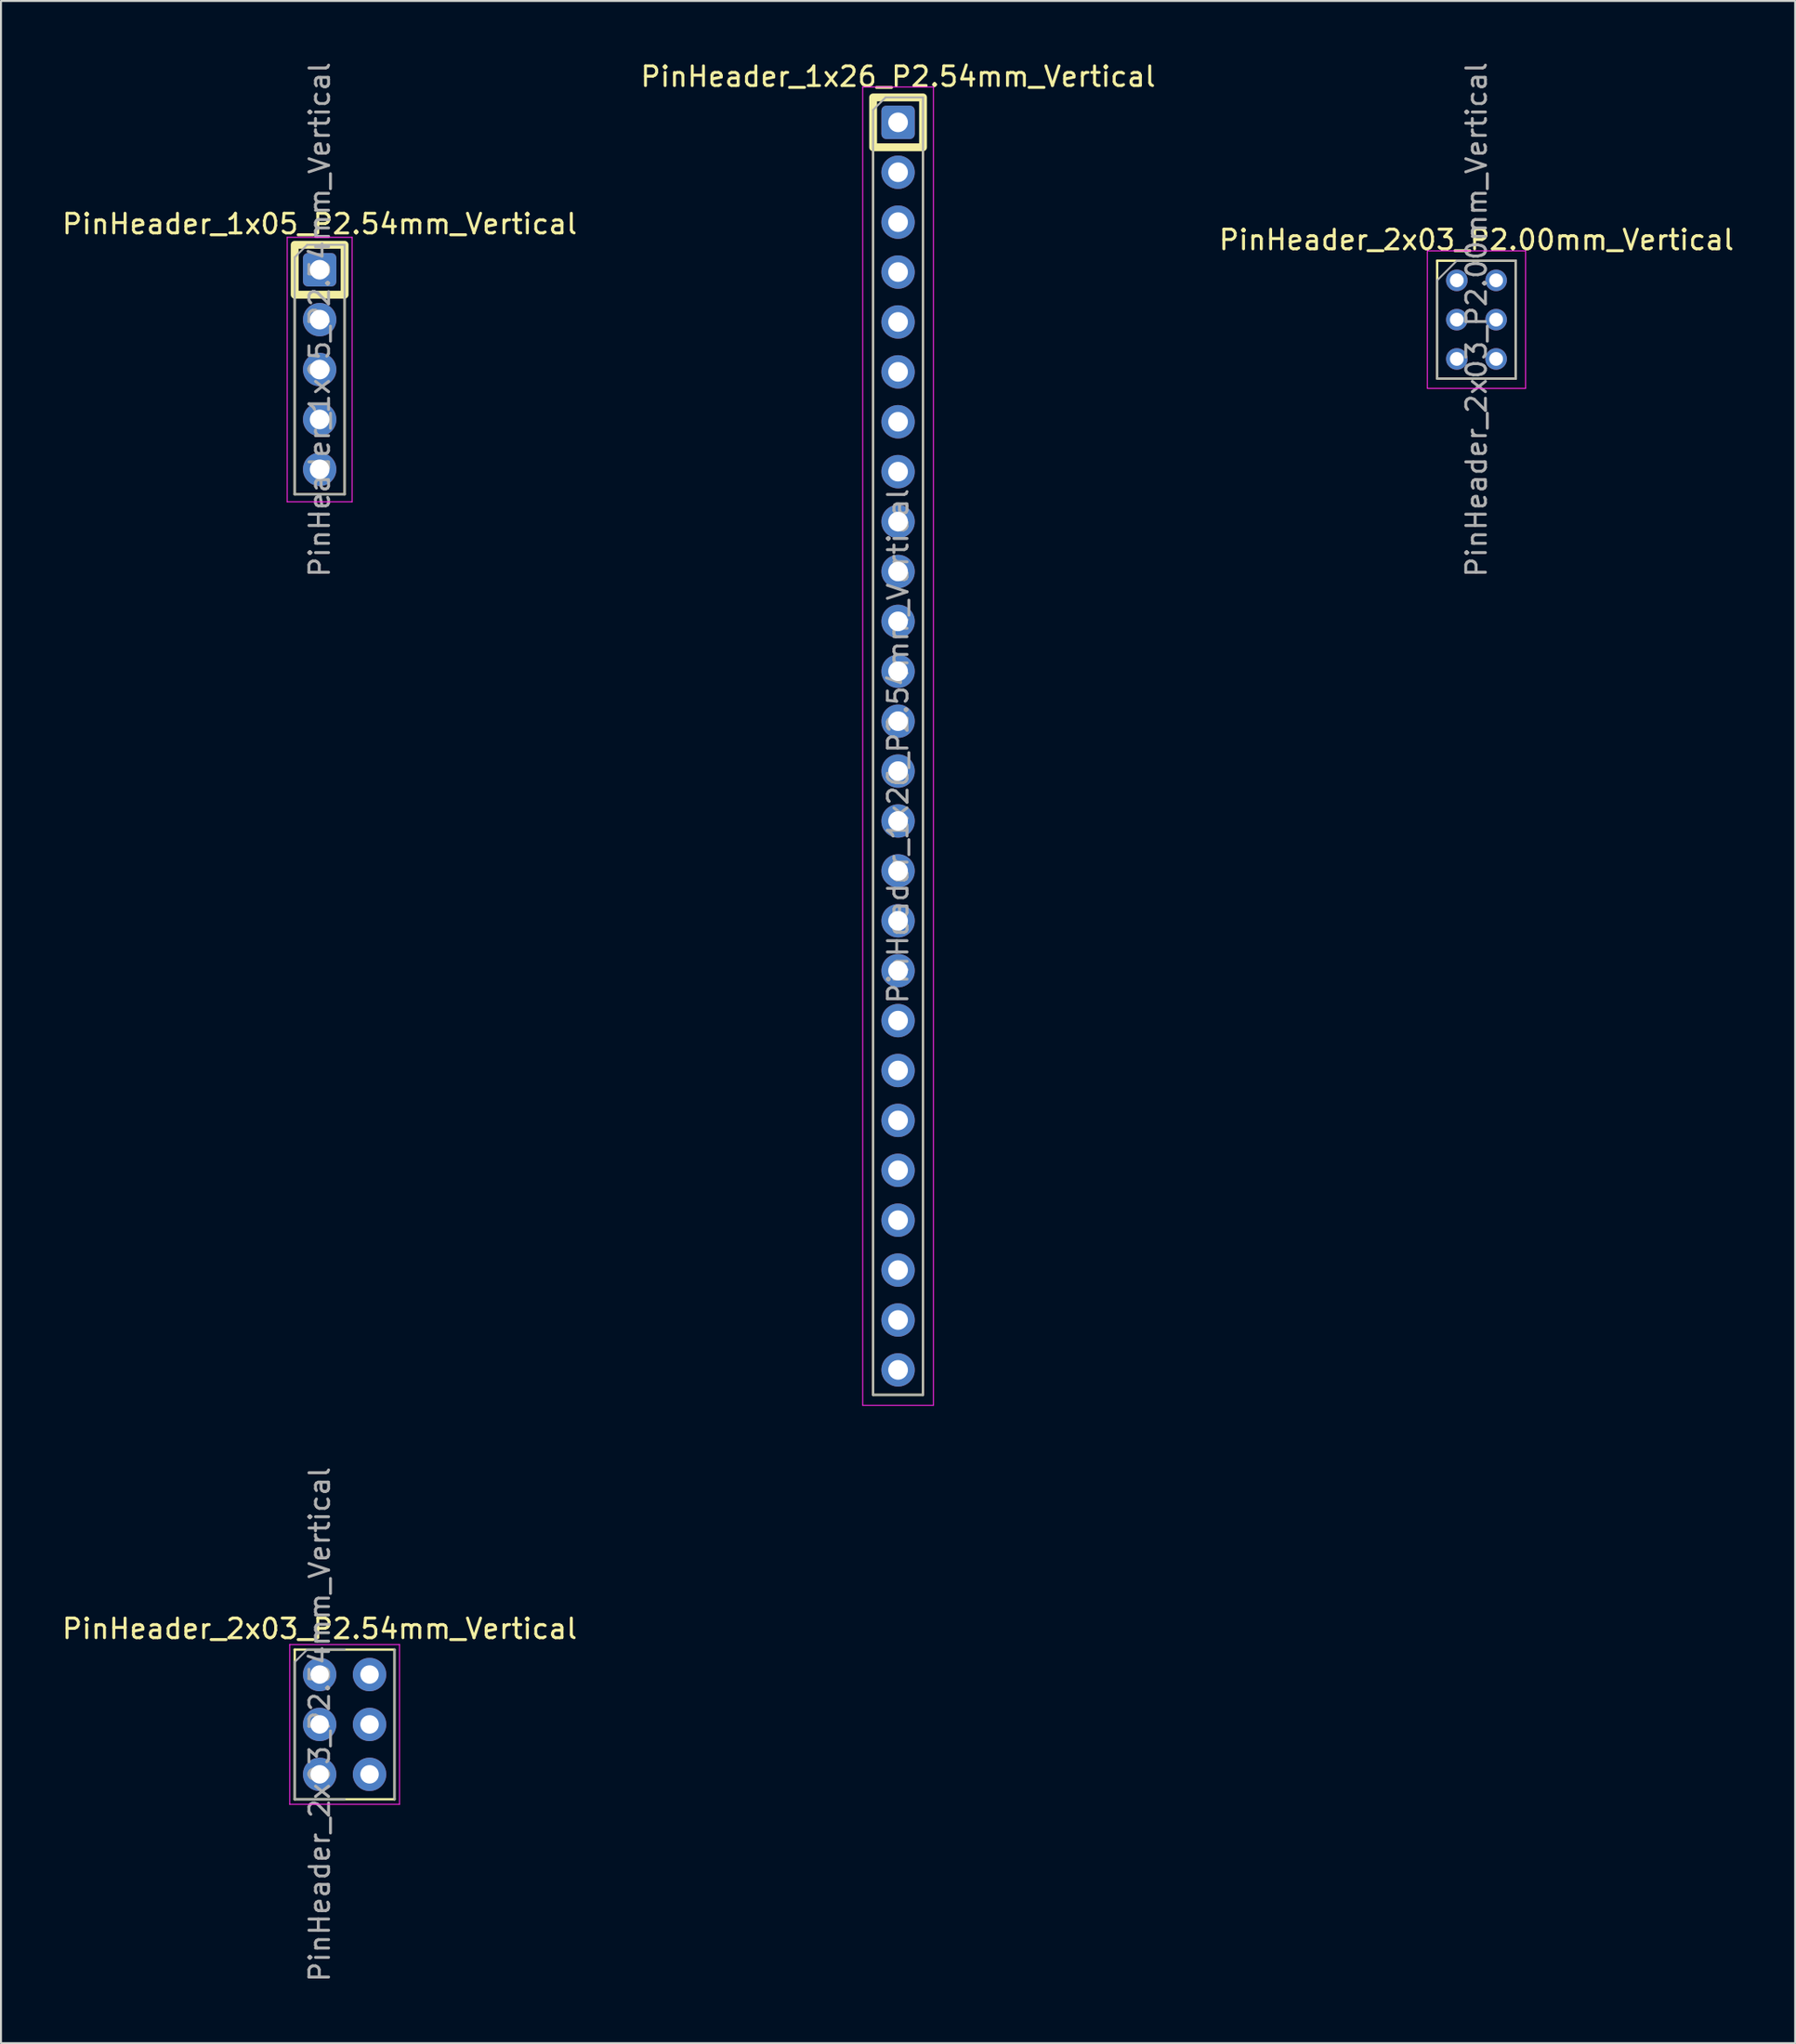
<source format=kicad_pcb>
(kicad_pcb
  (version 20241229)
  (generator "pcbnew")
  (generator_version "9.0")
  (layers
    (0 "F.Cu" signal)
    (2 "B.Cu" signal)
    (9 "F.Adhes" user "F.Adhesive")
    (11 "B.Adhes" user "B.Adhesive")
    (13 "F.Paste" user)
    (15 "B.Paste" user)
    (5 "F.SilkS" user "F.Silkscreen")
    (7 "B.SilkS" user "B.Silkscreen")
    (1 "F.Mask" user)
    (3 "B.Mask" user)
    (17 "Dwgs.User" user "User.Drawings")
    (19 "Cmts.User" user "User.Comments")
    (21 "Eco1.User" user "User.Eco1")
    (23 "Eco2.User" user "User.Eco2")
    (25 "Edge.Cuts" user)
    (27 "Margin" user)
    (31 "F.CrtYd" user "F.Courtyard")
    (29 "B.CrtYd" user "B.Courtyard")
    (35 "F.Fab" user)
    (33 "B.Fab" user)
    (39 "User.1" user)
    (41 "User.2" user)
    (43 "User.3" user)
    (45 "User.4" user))
  (footprint "PinHeader_1x26_P2.54mm_Vertical"
    (layer "F.Cu")
    (at 42.661 3.178)
    (property "Reference" "PinHeader_1x26_P2.54mm_Vertical" (at 0 -2.33 0) (layer "F.SilkS") (effects (font (size 1 1) (thickness 0.15))))
    (attr through_hole)
    (fp_line (start -1.27 -1.27) (end -1.27 64.77) (stroke (width 0.12) (type solid)) (layer "F.SilkS"))
    (fp_line (start -1.27 -1.27) (end 1.27 -1.27) (stroke (width 0.12) (type solid)) (layer "F.SilkS"))
    (fp_line (start -1.27 64.77) (end 1.27 64.77) (stroke (width 0.12) (type solid)) (layer "F.SilkS"))
    (fp_line (start 1.27 -1.27) (end 1.27 64.77) (stroke (width 0.12) (type solid)) (layer "F.SilkS"))
    (fp_rect (start -1.27 -1.27) (end 1.27 1.27) (stroke (width 0.4) (type default)) (fill no) (layer "F.SilkS"))
    (fp_line (start -1.8 -1.8) (end -1.8 65.3) (stroke (width 0.05) (type solid)) (layer "F.CrtYd"))
    (fp_line (start -1.8 65.3) (end 1.8 65.3) (stroke (width 0.05) (type solid)) (layer "F.CrtYd"))
    (fp_line (start 1.8 -1.8) (end -1.8 -1.8) (stroke (width 0.05) (type solid)) (layer "F.CrtYd"))
    (fp_line (start 1.8 65.3) (end 1.8 -1.8) (stroke (width 0.05) (type solid)) (layer "F.CrtYd"))
    (fp_line (start -1.27 -0.635) (end -0.635 -1.27) (stroke (width 0.1) (type solid)) (layer "F.Fab"))
    (fp_line (start -1.27 64.77) (end -1.27 -0.635) (stroke (width 0.1) (type solid)) (layer "F.Fab"))
    (fp_line (start -0.635 -1.27) (end 1.27 -1.27) (stroke (width 0.1) (type solid)) (layer "F.Fab"))
    (fp_line (start 1.27 -1.27) (end 1.27 64.77) (stroke (width 0.1) (type solid)) (layer "F.Fab"))
    (fp_line (start 1.27 64.77) (end -1.27 64.77) (stroke (width 0.1) (type solid)) (layer "F.Fab"))
    (fp_text user "${REFERENCE}" (at 0 31.75 90) (layer "F.Fab") (effects (font (size 1 1) (thickness 0.15))))
    (pad "1" thru_hole roundrect (at 0 0) (size 1.7 1.7) (drill 1) (layers "*.Cu" "*.Mask") (roundrect_rratio 0.147))
    (pad "2" thru_hole oval (at 0 2.54) (size 1.7 1.7) (drill 1) (layers "*.Cu" "*.Mask"))
    (pad "3" thru_hole oval (at 0 5.08) (size 1.7 1.7) (drill 1) (layers "*.Cu" "*.Mask"))
    (pad "4" thru_hole oval (at 0 7.62) (size 1.7 1.7) (drill 1) (layers "*.Cu" "*.Mask"))
    (pad "5" thru_hole oval (at 0 10.16) (size 1.7 1.7) (drill 1) (layers "*.Cu" "*.Mask"))
    (pad "6" thru_hole oval (at 0 12.7) (size 1.7 1.7) (drill 1) (layers "*.Cu" "*.Mask"))
    (pad "7" thru_hole oval (at 0 15.24) (size 1.7 1.7) (drill 1) (layers "*.Cu" "*.Mask"))
    (pad "8" thru_hole oval (at 0 17.78) (size 1.7 1.7) (drill 1) (layers "*.Cu" "*.Mask"))
    (pad "9" thru_hole oval (at 0 20.32) (size 1.7 1.7) (drill 1) (layers "*.Cu" "*.Mask"))
    (pad "10" thru_hole oval (at 0 22.86) (size 1.7 1.7) (drill 1) (layers "*.Cu" "*.Mask"))
    (pad "11" thru_hole oval (at 0 25.4) (size 1.7 1.7) (drill 1) (layers "*.Cu" "*.Mask"))
    (pad "12" thru_hole oval (at 0 27.94) (size 1.7 1.7) (drill 1) (layers "*.Cu" "*.Mask"))
    (pad "13" thru_hole oval (at 0 30.48) (size 1.7 1.7) (drill 1) (layers "*.Cu" "*.Mask"))
    (pad "14" thru_hole oval (at 0 33.02) (size 1.7 1.7) (drill 1) (layers "*.Cu" "*.Mask"))
    (pad "15" thru_hole oval (at 0 35.56) (size 1.7 1.7) (drill 1) (layers "*.Cu" "*.Mask"))
    (pad "16" thru_hole oval (at 0 38.1) (size 1.7 1.7) (drill 1) (layers "*.Cu" "*.Mask"))
    (pad "17" thru_hole oval (at 0 40.64) (size 1.7 1.7) (drill 1) (layers "*.Cu" "*.Mask"))
    (pad "18" thru_hole oval (at 0 43.18) (size 1.7 1.7) (drill 1) (layers "*.Cu" "*.Mask"))
    (pad "19" thru_hole oval (at 0 45.72) (size 1.7 1.7) (drill 1) (layers "*.Cu" "*.Mask"))
    (pad "20" thru_hole oval (at 0 48.26) (size 1.7 1.7) (drill 1) (layers "*.Cu" "*.Mask"))
    (pad "21" thru_hole oval (at 0 50.8) (size 1.7 1.7) (drill 1) (layers "*.Cu" "*.Mask"))
    (pad "22" thru_hole oval (at 0 53.34) (size 1.7 1.7) (drill 1) (layers "*.Cu" "*.Mask"))
    (pad "23" thru_hole oval (at 0 55.88) (size 1.7 1.7) (drill 1) (layers "*.Cu" "*.Mask"))
    (pad "24" thru_hole oval (at 0 58.42) (size 1.7 1.7) (drill 1) (layers "*.Cu" "*.Mask"))
    (pad "25" thru_hole oval (at 0 60.96) (size 1.7 1.7) (drill 1) (layers "*.Cu" "*.Mask"))
    (pad "26" thru_hole oval (at 0 63.5) (size 1.7 1.7) (drill 1) (layers "*.Cu" "*.Mask")))
  (footprint "PinHeader_2x03_P2.54mm_Vertical"
    (layer "F.Cu")
    (at 13.22 82.183)
    (property "Reference" "PinHeader_2x03_P2.54mm_Vertical" (at 0 -2.33 0) (layer "F.SilkS") (effects (font (size 1 1) (thickness 0.15))))
    (attr through_hole)
    (fp_line (start -1.27 -1.27) (end -1.27 6.35) (stroke (width 0.12) (type solid)) (layer "F.SilkS"))
    (fp_line (start -1.27 -1.27) (end 3.81 -1.27) (stroke (width 0.12) (type solid)) (layer "F.SilkS"))
    (fp_line (start -1.27 6.35) (end 3.81 6.35) (stroke (width 0.12) (type solid)) (layer "F.SilkS"))
    (fp_line (start 3.81 -1.27) (end 3.81 6.35) (stroke (width 0.12) (type solid)) (layer "F.SilkS"))
    (fp_line (start -1.524 -1.524) (end -1.524 6.604) (stroke (width 0.05) (type solid)) (layer "F.CrtYd"))
    (fp_line (start -1.524 6.604) (end 4.064 6.604) (stroke (width 0.05) (type solid)) (layer "F.CrtYd"))
    (fp_line (start 4.064 -1.524) (end -1.524 -1.524) (stroke (width 0.05) (type solid)) (layer "F.CrtYd"))
    (fp_line (start 4.064 6.604) (end 4.064 -1.524) (stroke (width 0.05) (type solid)) (layer "F.CrtYd"))
    (fp_line (start -1.27 -0.635) (end -0.635 -1.27) (stroke (width 0.1) (type solid)) (layer "F.Fab"))
    (fp_line (start -1.27 6.35) (end -1.27 -0.635) (stroke (width 0.1) (type solid)) (layer "F.Fab"))
    (fp_line (start -0.635 -1.27) (end 1.27 -1.27) (stroke (width 0.1) (type solid)) (layer "F.Fab"))
    (fp_line (start 1.27 6.35) (end -1.27 6.35) (stroke (width 0.1) (type solid)) (layer "F.Fab"))
    (fp_line (start 3.81 -1.27) (end 3.81 6.35) (stroke (width 0.1) (type solid)) (layer "F.Fab"))
    (fp_text user "${REFERENCE}" (at 0 2.54 90) (layer "F.Fab") (effects (font (size 1 1) (thickness 0.15))))
    (pad "1" thru_hole circle (at 0 0) (size 1.7 1.7) (drill 0.94) (layers "*.Cu" "*.Mask"))
    (pad "2" thru_hole circle (at 2.54 0) (size 1.7 1.7) (drill 0.94) (layers "*.Cu" "*.Mask"))
    (pad "3" thru_hole circle (at 0 2.54) (size 1.7 1.7) (drill 0.94) (layers "*.Cu" "*.Mask"))
    (pad "4" thru_hole circle (at 2.54 2.54) (size 1.7 1.7) (drill 0.94) (layers "*.Cu" "*.Mask"))
    (pad "5" thru_hole circle (at 0 5.08) (size 1.7 1.7) (drill 0.94) (layers "*.Cu" "*.Mask"))
    (pad "6" thru_hole circle (at 2.54 5.08) (size 1.7 1.7) (drill 0.94) (layers "*.Cu" "*.Mask")))
  (footprint "PinHeader_1x05_P2.54mm_Vertical"
    (layer "F.Cu")
    (at 13.22 10.68)
    (property "Reference" "PinHeader_1x05_P2.54mm_Vertical" (at 0 -2.33 0) (layer "F.SilkS") (effects (font (size 1 1) (thickness 0.15))))
    (attr through_hole)
    (fp_line (start -1.27 -1.27) (end -1.27 11.43) (stroke (width 0.12) (type solid)) (layer "F.SilkS"))
    (fp_line (start -1.27 -1.27) (end 1.27 -1.27) (stroke (width 0.12) (type solid)) (layer "F.SilkS"))
    (fp_line (start -1.27 11.43) (end 1.27 11.43) (stroke (width 0.12) (type solid)) (layer "F.SilkS"))
    (fp_line (start 1.27 -1.27) (end 1.27 11.43) (stroke (width 0.12) (type solid)) (layer "F.SilkS"))
    (fp_rect (start -1.27 -1.27) (end 1.27 1.27) (stroke (width 0.4) (type default)) (fill no) (layer "F.SilkS"))
    (fp_line (start -1.651 -1.651) (end -1.651 11.811) (stroke (width 0.05) (type solid)) (layer "F.CrtYd"))
    (fp_line (start -1.651 11.811) (end 1.651 11.811) (stroke (width 0.05) (type solid)) (layer "F.CrtYd"))
    (fp_line (start 1.651 -1.651) (end -1.651 -1.651) (stroke (width 0.05) (type solid)) (layer "F.CrtYd"))
    (fp_line (start 1.651 11.811) (end 1.651 -1.651) (stroke (width 0.05) (type solid)) (layer "F.CrtYd"))
    (fp_line (start -1.27 -0.635) (end -0.635 -1.27) (stroke (width 0.1) (type solid)) (layer "F.Fab"))
    (fp_line (start -1.27 11.43) (end -1.27 -0.635) (stroke (width 0.1) (type solid)) (layer "F.Fab"))
    (fp_line (start -0.635 -1.27) (end 1.27 -1.27) (stroke (width 0.1) (type solid)) (layer "F.Fab"))
    (fp_line (start 1.27 -1.27) (end 1.27 11.43) (stroke (width 0.1) (type solid)) (layer "F.Fab"))
    (fp_line (start 1.27 11.43) (end -1.27 11.43) (stroke (width 0.1) (type solid)) (layer "F.Fab"))
    (fp_text user "${REFERENCE}" (at 0 2.54 90) (layer "F.Fab") (effects (font (size 1 1) (thickness 0.15))))
    (pad "1" thru_hole roundrect (at 0 0) (size 1.7 1.7) (drill 1) (layers "*.Cu" "*.Mask") (roundrect_rratio 0.147))
    (pad "2" thru_hole oval (at 0 2.54) (size 1.7 1.7) (drill 1) (layers "*.Cu" "*.Mask"))
    (pad "3" thru_hole oval (at 0 5.08) (size 1.7 1.7) (drill 1) (layers "*.Cu" "*.Mask"))
    (pad "4" thru_hole oval (at 0 7.62) (size 1.7 1.7) (drill 1) (layers "*.Cu" "*.Mask"))
    (pad "5" thru_hole oval (at 0 10.16) (size 1.7 1.7) (drill 1) (layers "*.Cu" "*.Mask")))
  (footprint "PinHeader_2x03_P2.00mm_Vertical"
    (layer "F.Cu")
    (at 71.101 11.22)
    (property "Reference" "PinHeader_2x03_P2.00mm_Vertical" (at 1 -2.06 0) (layer "F.SilkS") (effects (font (size 1 1) (thickness 0.15))))
    (attr through_hole)
    (fp_line (start -1 -1) (end -1 5) (stroke (width 0.12) (type solid)) (layer "F.SilkS"))
    (fp_line (start -1 -1) (end 3 -1) (stroke (width 0.12) (type solid)) (layer "F.SilkS"))
    (fp_line (start -1 5) (end 3 5) (stroke (width 0.12) (type solid)) (layer "F.SilkS"))
    (fp_line (start 3 -1) (end 3 5) (stroke (width 0.12) (type solid)) (layer "F.SilkS"))
    (fp_line (start -1.5 -1.5) (end -1.5 5.5) (stroke (width 0.05) (type solid)) (layer "F.CrtYd"))
    (fp_line (start -1.5 5.5) (end 3.5 5.5) (stroke (width 0.05) (type solid)) (layer "F.CrtYd"))
    (fp_line (start 3.5 -1.5) (end -1.5 -1.5) (stroke (width 0.05) (type solid)) (layer "F.CrtYd"))
    (fp_line (start 3.5 5.5) (end 3.5 -1.5) (stroke (width 0.05) (type solid)) (layer "F.CrtYd"))
    (fp_line (start -1 0) (end 0 -1) (stroke (width 0.1) (type solid)) (layer "F.Fab"))
    (fp_line (start -1 5) (end -1 0) (stroke (width 0.1) (type solid)) (layer "F.Fab"))
    (fp_line (start 0 -1) (end 3 -1) (stroke (width 0.1) (type solid)) (layer "F.Fab"))
    (fp_line (start 3 -1) (end 3 5) (stroke (width 0.1) (type solid)) (layer "F.Fab"))
    (fp_line (start 3 5) (end -1 5) (stroke (width 0.1) (type solid)) (layer "F.Fab"))
    (fp_text user "${REFERENCE}" (at 1 2 90) (layer "F.Fab") (effects (font (size 1 1) (thickness 0.15))))
    (pad "1" thru_hole circle (at 0 0) (size 1.1 1.1) (drill 0.7) (layers "*.Cu" "*.Mask"))
    (pad "2" thru_hole circle (at 2 0) (size 1.1 1.1) (drill 0.7) (layers "*.Cu" "*.Mask"))
    (pad "3" thru_hole circle (at 0 2) (size 1.1 1.1) (drill 0.7) (layers "*.Cu" "*.Mask"))
    (pad "4" thru_hole circle (at 2 2) (size 1.1 1.1) (drill 0.7) (layers "*.Cu" "*.Mask"))
    (pad "5" thru_hole circle (at 0 4) (size 1.1 1.1) (drill 0.7) (layers "*.Cu" "*.Mask"))
    (pad "6" thru_hole circle (at 2 4) (size 1.1 1.1) (drill 0.7) (layers "*.Cu" "*.Mask")))
  (gr_rect
    (start -3 -3)
    (end 88.321 100.944)
    (stroke (width 0.1) (type default))
    (fill no)
    (layer "Edge.Cuts")))
</source>
